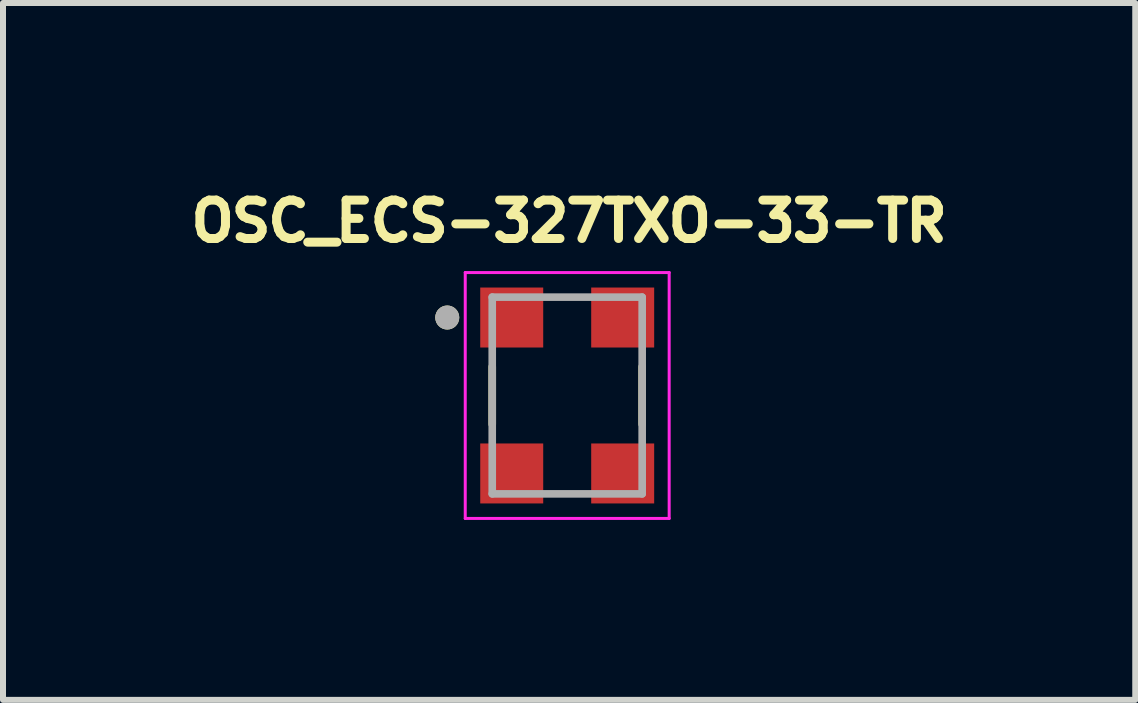
<source format=kicad_pcb>
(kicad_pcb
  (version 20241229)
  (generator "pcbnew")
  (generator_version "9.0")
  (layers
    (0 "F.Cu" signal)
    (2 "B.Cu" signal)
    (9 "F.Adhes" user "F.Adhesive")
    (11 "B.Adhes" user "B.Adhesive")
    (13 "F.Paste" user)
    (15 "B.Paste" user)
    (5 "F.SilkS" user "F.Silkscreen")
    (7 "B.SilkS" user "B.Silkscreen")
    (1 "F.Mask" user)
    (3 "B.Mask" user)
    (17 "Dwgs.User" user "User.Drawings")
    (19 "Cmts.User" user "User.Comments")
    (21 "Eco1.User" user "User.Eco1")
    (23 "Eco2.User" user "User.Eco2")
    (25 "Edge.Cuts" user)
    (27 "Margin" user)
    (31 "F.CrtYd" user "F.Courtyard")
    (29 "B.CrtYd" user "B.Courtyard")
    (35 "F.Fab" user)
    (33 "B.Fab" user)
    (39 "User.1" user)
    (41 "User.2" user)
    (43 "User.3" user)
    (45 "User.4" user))
  (footprint "OSC_ECS-327TXO-33-TR"
    (layer "F.Cu")
    (at 6.407 3.544)
    (property "Reference" "OSC_ECS-327TXO-33-TR" (at 0.032 -2.906 0) (layer "F.SilkS") (effects (font (size 0.64 0.64) (thickness 0.15))))
    (attr smd)
    (fp_line (start -1.25 0.48) (end -1.25 -0.48) (stroke (width 0.127) (type solid)) (layer "F.SilkS"))
    (fp_line (start 1.25 -0.48) (end 1.25 0.48) (stroke (width 0.127) (type solid)) (layer "F.SilkS"))
    (fp_circle (center -2 -1.3) (end -1.9 -1.3) (stroke (width 0.2) (type solid)) (fill no) (layer "F.SilkS"))
    (fp_line (start -1.7 -2.05) (end 1.7 -2.05) (stroke (width 0.05) (type solid)) (layer "F.CrtYd"))
    (fp_line (start -1.7 2.05) (end -1.7 -2.05) (stroke (width 0.05) (type solid)) (layer "F.CrtYd"))
    (fp_line (start 1.7 -2.05) (end 1.7 2.05) (stroke (width 0.05) (type solid)) (layer "F.CrtYd"))
    (fp_line (start 1.7 2.05) (end -1.7 2.05) (stroke (width 0.05) (type solid)) (layer "F.CrtYd"))
    (fp_line (start -1.25 -1.64) (end 1.25 -1.64) (stroke (width 0.127) (type solid)) (layer "F.Fab"))
    (fp_line (start -1.25 1.64) (end -1.25 -1.64) (stroke (width 0.127) (type solid)) (layer "F.Fab"))
    (fp_line (start 1.25 -1.64) (end 1.25 1.64) (stroke (width 0.127) (type solid)) (layer "F.Fab"))
    (fp_line (start 1.25 1.64) (end -1.25 1.64) (stroke (width 0.127) (type solid)) (layer "F.Fab"))
    (fp_circle (center -2 -1.3) (end -1.9 -1.3) (stroke (width 0.2) (type solid)) (fill no) (layer "F.Fab"))
    (pad "1" smd rect (at -0.925 -1.3) (size 1.05 1) (layers "F.Cu" "F.Mask" "F.Paste"))
    (pad "2" smd rect (at -0.925 1.3) (size 1.05 1) (layers "F.Cu" "F.Mask" "F.Paste"))
    (pad "3" smd rect (at 0.925 1.3) (size 1.05 1) (layers "F.Cu" "F.Mask" "F.Paste"))
    (pad "4" smd rect (at 0.925 -1.3) (size 1.05 1) (layers "F.Cu" "F.Mask" "F.Paste")))
  (gr_rect
    (start -3 -3)
    (end 15.878 8.619)
    (stroke (width 0.1) (type default))
    (fill no)
    (layer "Edge.Cuts")))
</source>
